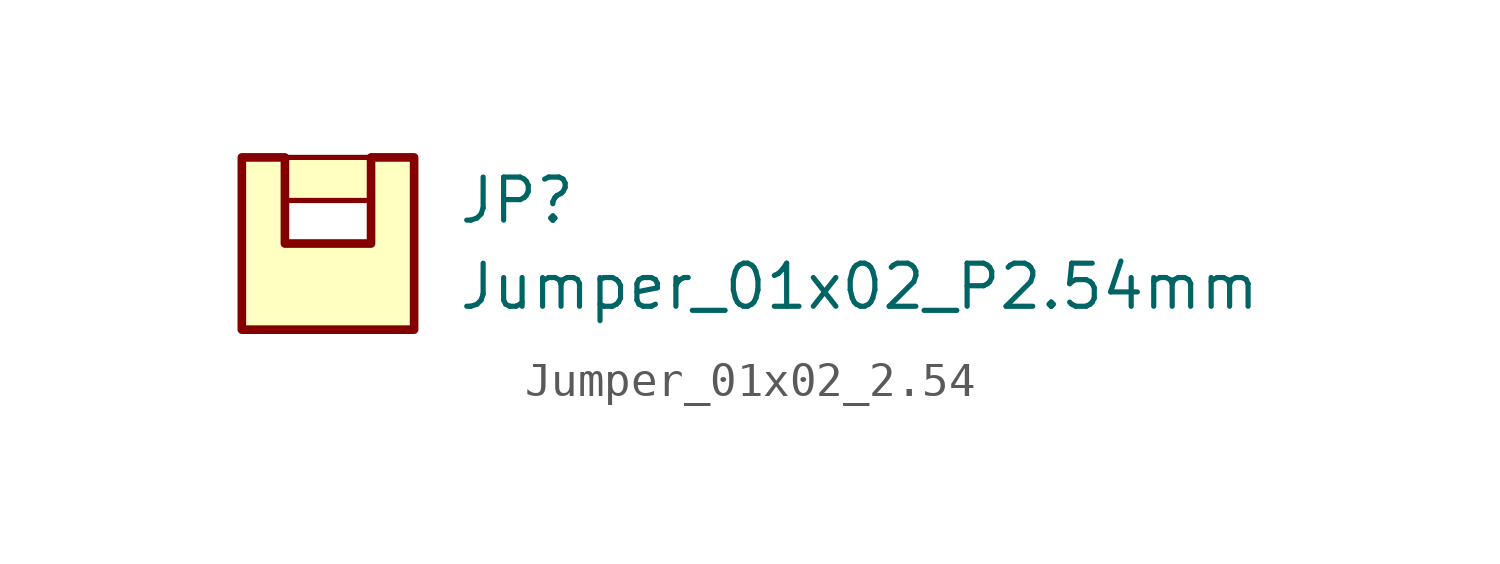
<source format=kicad_sym>
(kicad_symbol_lib
  (version 20241209)
  (generator "kicad_symbol_editor")
  (generator_version "9.0")
  (symbol "Jumper_01x02_2.54"
    (property "Reference" "JP"
      (at 3.81 2.54 0)
      (effects (font (size 1.27 1.27)) (justify left)))
    (property "Value" "Jumper_01x02_P2.54mm"
      (at 3.81 0 0)
      (effects (font (size 1.27 1.27)) (justify left)))
    (symbol "Jumper_01x02_2.54_1_1"
      (rectangle (start -1.27 3.81) (end 1.27 2.54) (stroke (width 0) (type solid)) (fill (type background)))
      (polyline (pts (xy -1.27 3.81) (xy -2.54 3.81) (xy -2.54 -1.27) (xy 2.54 -1.27) (xy 2.54 3.81) (xy 1.27 3.81) (xy 1.27 1.27) (xy -1.27 1.27) (xy -1.27 3.81)) (stroke (width 0.254) (type solid)) (fill (type background))))))
</source>
